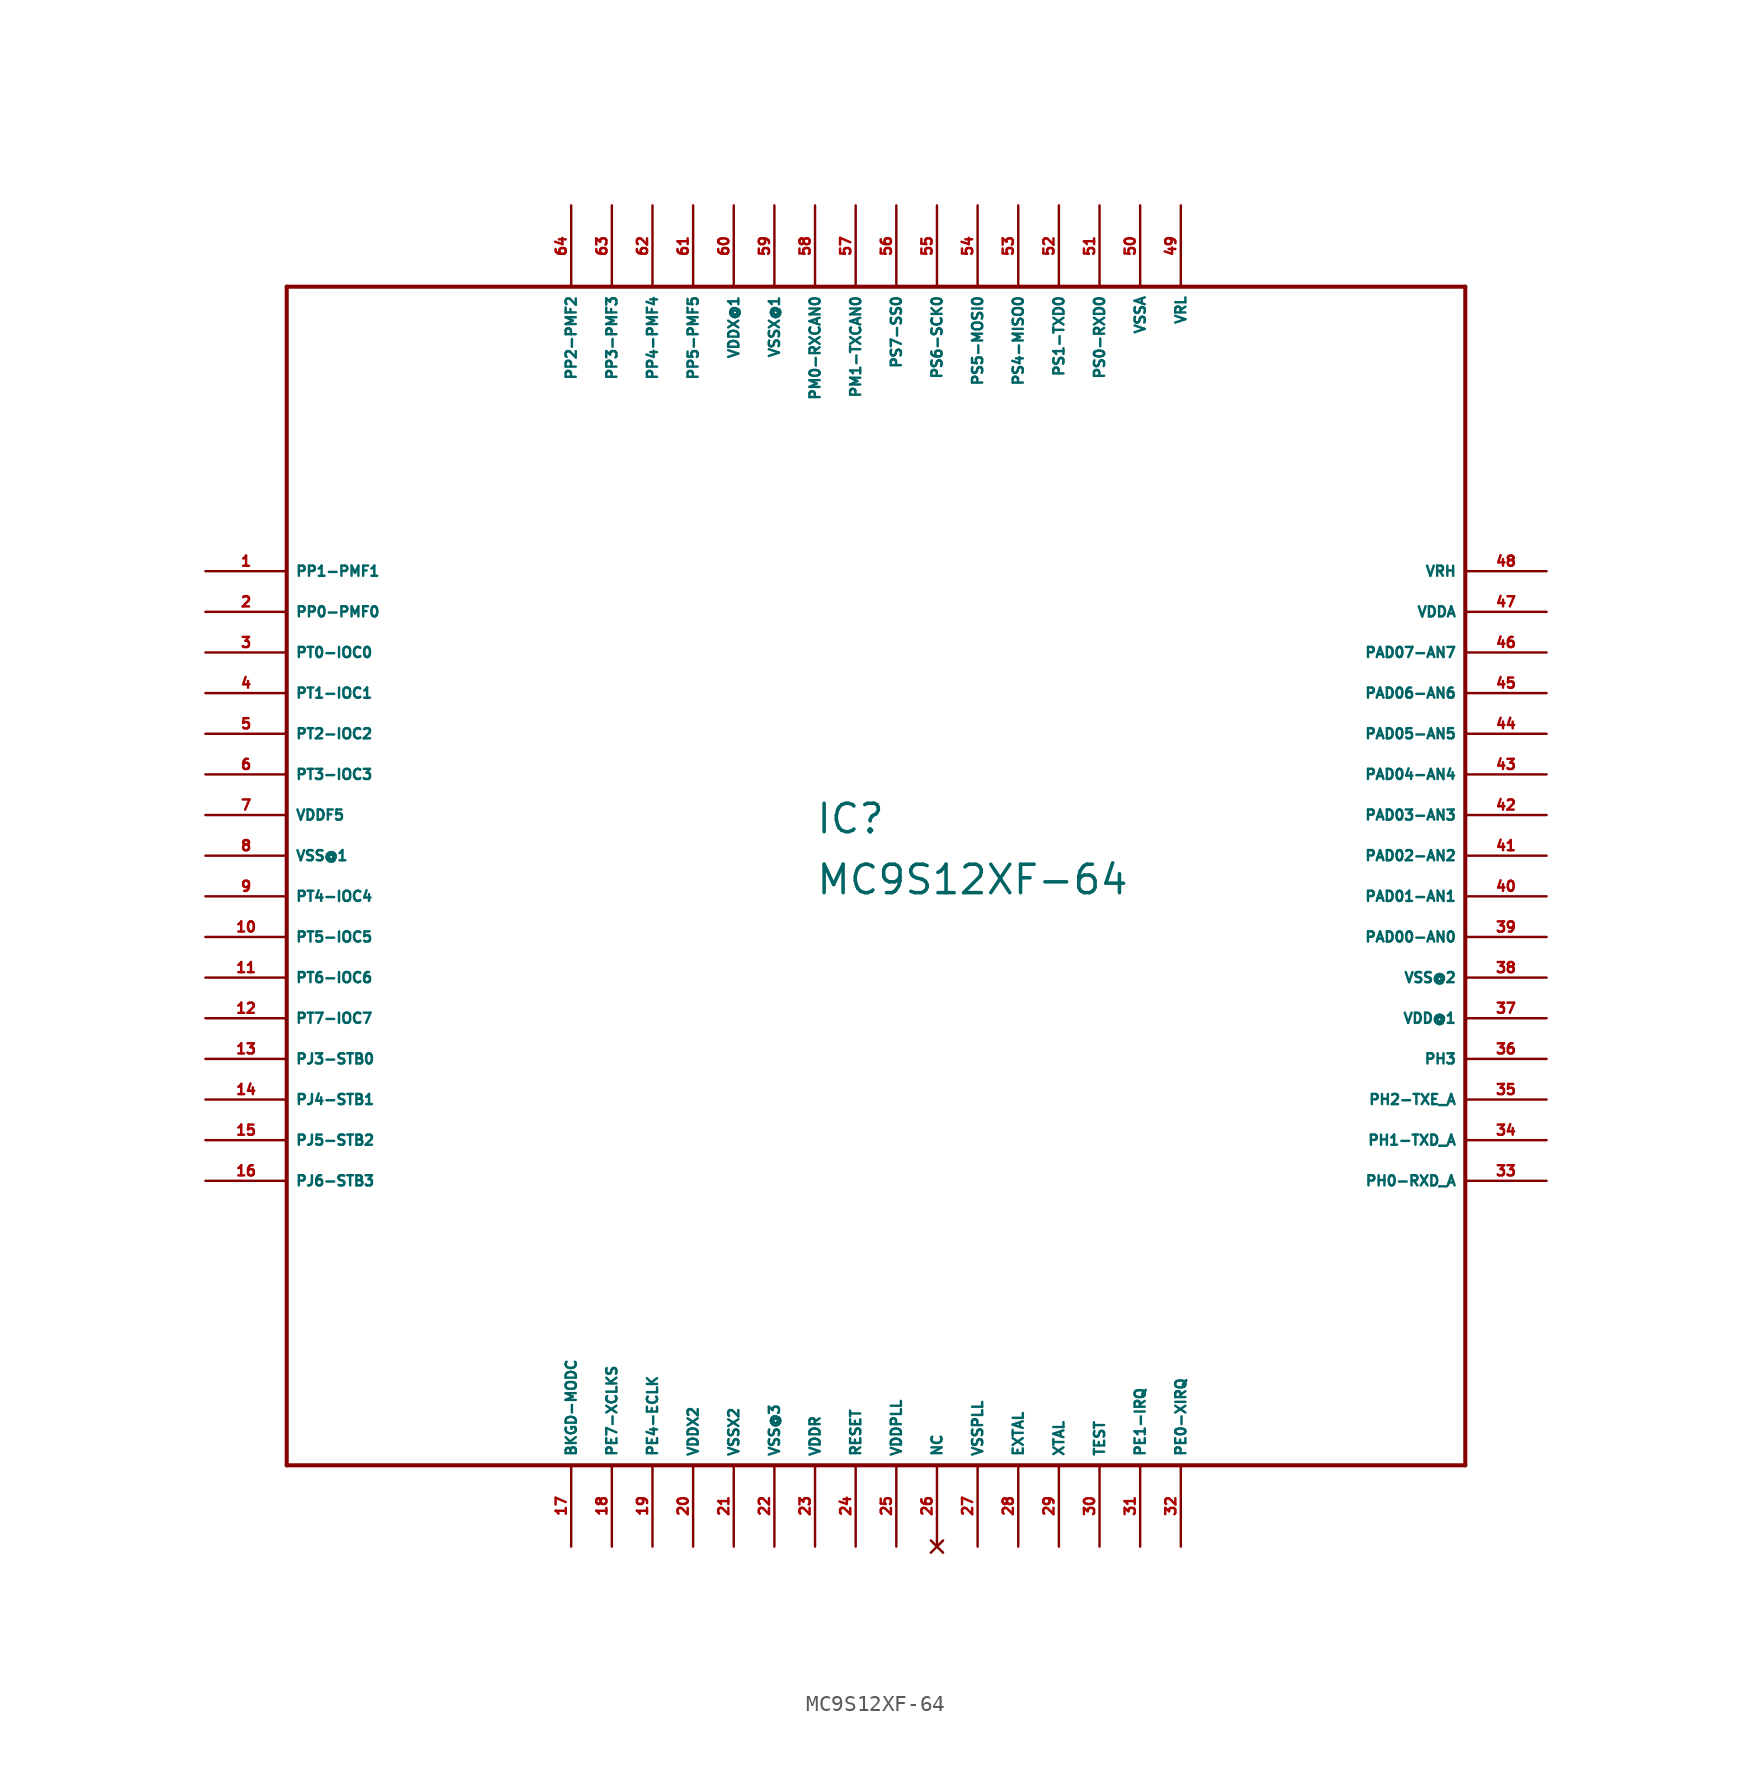
<source format=kicad_sym>
(kicad_symbol_lib
  (version 20220914)
  (generator Eagle2Kicad)
  (symbol "MC9S12XF-64"
    (property "Reference" "IC"
      (at -5.08 1.27 0)
      (effects (font (size 1.778 1.778) (thickness 0.22)) (justify left bottom)))
    (property "Value" "MC9S12XF-64"
      (at -5.08 -2.54 0)
      (effects (font (size 1.778 1.778) (thickness 0.22)) (justify left bottom)))
    (polyline
      (pts (xy -38.1 -38.1) (xy 35.56 -38.1))
      (stroke (width 0.254) (type default))
      (fill (type none)))
    (polyline
      (pts (xy 35.56 -38.1) (xy 35.56 35.56))
      (stroke (width 0.254) (type default))
      (fill (type none)))
    (polyline
      (pts (xy 35.56 35.56) (xy -38.1 35.56))
      (stroke (width 0.254) (type default))
      (fill (type none)))
    (polyline
      (pts (xy -38.1 35.56) (xy -38.1 -38.1))
      (stroke (width 0.254) (type default))
      (fill (type none)))
    (pin bidirectional line
      (at -43.18 17.78 0)
      (length 5.08)
      (name "PP1-PMF1" (effects (font (size 0.635 0.635) (thickness 0.08)) (justify left bottom)))
      (number "1" (effects (font (size 0.635 0.635) (thickness 0.08)) (justify left bottom))))
    (pin bidirectional line
      (at -43.18 15.24 0)
      (length 5.08)
      (name "PP0-PMF0" (effects (font (size 0.635 0.635) (thickness 0.08)) (justify left bottom)))
      (number "2" (effects (font (size 0.635 0.635) (thickness 0.08)) (justify left bottom))))
    (pin bidirectional line
      (at -43.18 12.7 0)
      (length 5.08)
      (name "PT0-IOC0" (effects (font (size 0.635 0.635) (thickness 0.08)) (justify left bottom)))
      (number "3" (effects (font (size 0.635 0.635) (thickness 0.08)) (justify left bottom))))
    (pin bidirectional line
      (at -43.18 10.16 0)
      (length 5.08)
      (name "PT1-IOC1" (effects (font (size 0.635 0.635) (thickness 0.08)) (justify left bottom)))
      (number "4" (effects (font (size 0.635 0.635) (thickness 0.08)) (justify left bottom))))
    (pin bidirectional line
      (at -43.18 7.62 0)
      (length 5.08)
      (name "PT2-IOC2" (effects (font (size 0.635 0.635) (thickness 0.08)) (justify left bottom)))
      (number "5" (effects (font (size 0.635 0.635) (thickness 0.08)) (justify left bottom))))
    (pin bidirectional line
      (at -43.18 5.08 0)
      (length 5.08)
      (name "PT3-IOC3" (effects (font (size 0.635 0.635) (thickness 0.08)) (justify left bottom)))
      (number "6" (effects (font (size 0.635 0.635) (thickness 0.08)) (justify left bottom))))
    (pin unspecified line
      (at -43.18 2.54 0)
      (length 5.08)
      (name "VDDF5" (effects (font (size 0.635 0.635) (thickness 0.08)) (justify left bottom)))
      (number "7" (effects (font (size 0.635 0.635) (thickness 0.08)) (justify left bottom))))
    (pin unspecified line
      (at -43.18 0 0)
      (length 5.08)
      (name "VSS@1" (effects (font (size 0.635 0.635) (thickness 0.08)) (justify left bottom)))
      (number "8" (effects (font (size 0.635 0.635) (thickness 0.08)) (justify left bottom))))
    (pin bidirectional line
      (at -43.18 -2.54 0)
      (length 5.08)
      (name "PT4-IOC4" (effects (font (size 0.635 0.635) (thickness 0.08)) (justify left bottom)))
      (number "9" (effects (font (size 0.635 0.635) (thickness 0.08)) (justify left bottom))))
    (pin bidirectional line
      (at -43.18 -5.08 0)
      (length 5.08)
      (name "PT5-IOC5" (effects (font (size 0.635 0.635) (thickness 0.08)) (justify left bottom)))
      (number "10" (effects (font (size 0.635 0.635) (thickness 0.08)) (justify left bottom))))
    (pin bidirectional line
      (at -43.18 -7.62 0)
      (length 5.08)
      (name "PT6-IOC6" (effects (font (size 0.635 0.635) (thickness 0.08)) (justify left bottom)))
      (number "11" (effects (font (size 0.635 0.635) (thickness 0.08)) (justify left bottom))))
    (pin bidirectional line
      (at -43.18 -10.16 0)
      (length 5.08)
      (name "PT7-IOC7" (effects (font (size 0.635 0.635) (thickness 0.08)) (justify left bottom)))
      (number "12" (effects (font (size 0.635 0.635) (thickness 0.08)) (justify left bottom))))
    (pin bidirectional line
      (at -43.18 -12.7 0)
      (length 5.08)
      (name "PJ3-STB0" (effects (font (size 0.635 0.635) (thickness 0.08)) (justify left bottom)))
      (number "13" (effects (font (size 0.635 0.635) (thickness 0.08)) (justify left bottom))))
    (pin bidirectional line
      (at -43.18 -15.24 0)
      (length 5.08)
      (name "PJ4-STB1" (effects (font (size 0.635 0.635) (thickness 0.08)) (justify left bottom)))
      (number "14" (effects (font (size 0.635 0.635) (thickness 0.08)) (justify left bottom))))
    (pin bidirectional line
      (at -43.18 -17.78 0)
      (length 5.08)
      (name "PJ5-STB2" (effects (font (size 0.635 0.635) (thickness 0.08)) (justify left bottom)))
      (number "15" (effects (font (size 0.635 0.635) (thickness 0.08)) (justify left bottom))))
    (pin bidirectional line
      (at -43.18 -20.32 0)
      (length 5.08)
      (name "PJ6-STB3" (effects (font (size 0.635 0.635) (thickness 0.08)) (justify left bottom)))
      (number "16" (effects (font (size 0.635 0.635) (thickness 0.08)) (justify left bottom))))
    (pin bidirectional line
      (at -20.32 -43.18 90)
      (length 5.08)
      (name "BKGD-MODC" (effects (font (size 0.635 0.635) (thickness 0.08)) (justify left bottom)))
      (number "17" (effects (font (size 0.635 0.635) (thickness 0.08)) (justify left bottom))))
    (pin bidirectional line
      (at -17.78 -43.18 90)
      (length 5.08)
      (name "PE7-XCLKS" (effects (font (size 0.635 0.635) (thickness 0.08)) (justify left bottom)))
      (number "18" (effects (font (size 0.635 0.635) (thickness 0.08)) (justify left bottom))))
    (pin bidirectional line
      (at -15.24 -43.18 90)
      (length 5.08)
      (name "PE4-ECLK" (effects (font (size 0.635 0.635) (thickness 0.08)) (justify left bottom)))
      (number "19" (effects (font (size 0.635 0.635) (thickness 0.08)) (justify left bottom))))
    (pin unspecified line
      (at -12.7 -43.18 90)
      (length 5.08)
      (name "VDDX2" (effects (font (size 0.635 0.635) (thickness 0.08)) (justify left bottom)))
      (number "20" (effects (font (size 0.635 0.635) (thickness 0.08)) (justify left bottom))))
    (pin unspecified line
      (at -10.16 -43.18 90)
      (length 5.08)
      (name "VSSX2" (effects (font (size 0.635 0.635) (thickness 0.08)) (justify left bottom)))
      (number "21" (effects (font (size 0.635 0.635) (thickness 0.08)) (justify left bottom))))
    (pin unspecified line
      (at -7.62 -43.18 90)
      (length 5.08)
      (name "VSS@3" (effects (font (size 0.635 0.635) (thickness 0.08)) (justify left bottom)))
      (number "22" (effects (font (size 0.635 0.635) (thickness 0.08)) (justify left bottom))))
    (pin unspecified line
      (at -5.08 -43.18 90)
      (length 5.08)
      (name "VDDR" (effects (font (size 0.635 0.635) (thickness 0.08)) (justify left bottom)))
      (number "23" (effects (font (size 0.635 0.635) (thickness 0.08)) (justify left bottom))))
    (pin bidirectional line
      (at -2.54 -43.18 90)
      (length 5.08)
      (name "RESET" (effects (font (size 0.635 0.635) (thickness 0.08)) (justify left bottom)))
      (number "24" (effects (font (size 0.635 0.635) (thickness 0.08)) (justify left bottom))))
    (pin unspecified line
      (at 0 -43.18 90)
      (length 5.08)
      (name "VDDPLL" (effects (font (size 0.635 0.635) (thickness 0.08)) (justify left bottom)))
      (number "25" (effects (font (size 0.635 0.635) (thickness 0.08)) (justify left bottom))))
    (pin no_connect line
      (at 2.54 -43.18 90)
      (length 5.08)
      (name "NC" (effects (font (size 0.635 0.635) (thickness 0.08)) (justify left bottom) hide))
      (number "26" (effects (font (size 0.635 0.635) (thickness 0.08)) (justify left bottom) hide)))
    (pin unspecified line
      (at 5.08 -43.18 90)
      (length 5.08)
      (name "VSSPLL" (effects (font (size 0.635 0.635) (thickness 0.08)) (justify left bottom)))
      (number "27" (effects (font (size 0.635 0.635) (thickness 0.08)) (justify left bottom))))
    (pin passive line
      (at 7.62 -43.18 90)
      (length 5.08)
      (name "EXTAL" (effects (font (size 0.635 0.635) (thickness 0.08)) (justify left bottom)))
      (number "28" (effects (font (size 0.635 0.635) (thickness 0.08)) (justify left bottom))))
    (pin passive line
      (at 10.16 -43.18 90)
      (length 5.08)
      (name "XTAL" (effects (font (size 0.635 0.635) (thickness 0.08)) (justify left bottom)))
      (number "29" (effects (font (size 0.635 0.635) (thickness 0.08)) (justify left bottom))))
    (pin input line
      (at 12.7 -43.18 90)
      (length 5.08)
      (name "TEST" (effects (font (size 0.635 0.635) (thickness 0.08)) (justify left bottom)))
      (number "30" (effects (font (size 0.635 0.635) (thickness 0.08)) (justify left bottom))))
    (pin input line
      (at 15.24 -43.18 90)
      (length 5.08)
      (name "PE1-IRQ" (effects (font (size 0.635 0.635) (thickness 0.08)) (justify left bottom)))
      (number "31" (effects (font (size 0.635 0.635) (thickness 0.08)) (justify left bottom))))
    (pin input line
      (at 17.78 -43.18 90)
      (length 5.08)
      (name "PE0-XIRQ" (effects (font (size 0.635 0.635) (thickness 0.08)) (justify left bottom)))
      (number "32" (effects (font (size 0.635 0.635) (thickness 0.08)) (justify left bottom))))
    (pin bidirectional line
      (at 40.64 -20.32 180)
      (length 5.08)
      (name "PH0-RXD_A" (effects (font (size 0.635 0.635) (thickness 0.08)) (justify left bottom)))
      (number "33" (effects (font (size 0.635 0.635) (thickness 0.08)) (justify left bottom))))
    (pin bidirectional line
      (at 40.64 -17.78 180)
      (length 5.08)
      (name "PH1-TXD_A" (effects (font (size 0.635 0.635) (thickness 0.08)) (justify left bottom)))
      (number "34" (effects (font (size 0.635 0.635) (thickness 0.08)) (justify left bottom))))
    (pin bidirectional line
      (at 40.64 -15.24 180)
      (length 5.08)
      (name "PH2-TXE_A" (effects (font (size 0.635 0.635) (thickness 0.08)) (justify left bottom)))
      (number "35" (effects (font (size 0.635 0.635) (thickness 0.08)) (justify left bottom))))
    (pin bidirectional line
      (at 40.64 -12.7 180)
      (length 5.08)
      (name "PH3" (effects (font (size 0.635 0.635) (thickness 0.08)) (justify left bottom)))
      (number "36" (effects (font (size 0.635 0.635) (thickness 0.08)) (justify left bottom))))
    (pin unspecified line
      (at 40.64 -10.16 180)
      (length 5.08)
      (name "VDD@1" (effects (font (size 0.635 0.635) (thickness 0.08)) (justify left bottom)))
      (number "37" (effects (font (size 0.635 0.635) (thickness 0.08)) (justify left bottom))))
    (pin unspecified line
      (at 40.64 -7.62 180)
      (length 5.08)
      (name "VSS@2" (effects (font (size 0.635 0.635) (thickness 0.08)) (justify left bottom)))
      (number "38" (effects (font (size 0.635 0.635) (thickness 0.08)) (justify left bottom))))
    (pin bidirectional line
      (at 40.64 -5.08 180)
      (length 5.08)
      (name "PAD00-AN0" (effects (font (size 0.635 0.635) (thickness 0.08)) (justify left bottom)))
      (number "39" (effects (font (size 0.635 0.635) (thickness 0.08)) (justify left bottom))))
    (pin bidirectional line
      (at 40.64 -2.54 180)
      (length 5.08)
      (name "PAD01-AN1" (effects (font (size 0.635 0.635) (thickness 0.08)) (justify left bottom)))
      (number "40" (effects (font (size 0.635 0.635) (thickness 0.08)) (justify left bottom))))
    (pin bidirectional line
      (at 40.64 0 180)
      (length 5.08)
      (name "PAD02-AN2" (effects (font (size 0.635 0.635) (thickness 0.08)) (justify left bottom)))
      (number "41" (effects (font (size 0.635 0.635) (thickness 0.08)) (justify left bottom))))
    (pin bidirectional line
      (at 40.64 2.54 180)
      (length 5.08)
      (name "PAD03-AN3" (effects (font (size 0.635 0.635) (thickness 0.08)) (justify left bottom)))
      (number "42" (effects (font (size 0.635 0.635) (thickness 0.08)) (justify left bottom))))
    (pin bidirectional line
      (at 40.64 5.08 180)
      (length 5.08)
      (name "PAD04-AN4" (effects (font (size 0.635 0.635) (thickness 0.08)) (justify left bottom)))
      (number "43" (effects (font (size 0.635 0.635) (thickness 0.08)) (justify left bottom))))
    (pin bidirectional line
      (at 40.64 7.62 180)
      (length 5.08)
      (name "PAD05-AN5" (effects (font (size 0.635 0.635) (thickness 0.08)) (justify left bottom)))
      (number "44" (effects (font (size 0.635 0.635) (thickness 0.08)) (justify left bottom))))
    (pin bidirectional line
      (at 40.64 10.16 180)
      (length 5.08)
      (name "PAD06-AN6" (effects (font (size 0.635 0.635) (thickness 0.08)) (justify left bottom)))
      (number "45" (effects (font (size 0.635 0.635) (thickness 0.08)) (justify left bottom))))
    (pin bidirectional line
      (at 40.64 12.7 180)
      (length 5.08)
      (name "PAD07-AN7" (effects (font (size 0.635 0.635) (thickness 0.08)) (justify left bottom)))
      (number "46" (effects (font (size 0.635 0.635) (thickness 0.08)) (justify left bottom))))
    (pin unspecified line
      (at 40.64 15.24 180)
      (length 5.08)
      (name "VDDA" (effects (font (size 0.635 0.635) (thickness 0.08)) (justify left bottom)))
      (number "47" (effects (font (size 0.635 0.635) (thickness 0.08)) (justify left bottom))))
    (pin unspecified line
      (at 40.64 17.78 180)
      (length 5.08)
      (name "VRH" (effects (font (size 0.635 0.635) (thickness 0.08)) (justify left bottom)))
      (number "48" (effects (font (size 0.635 0.635) (thickness 0.08)) (justify left bottom))))
    (pin unspecified line
      (at 17.78 40.64 270)
      (length 5.08)
      (name "VRL" (effects (font (size 0.635 0.635) (thickness 0.08)) (justify left bottom)))
      (number "49" (effects (font (size 0.635 0.635) (thickness 0.08)) (justify left bottom))))
    (pin unspecified line
      (at 15.24 40.64 270)
      (length 5.08)
      (name "VSSA" (effects (font (size 0.635 0.635) (thickness 0.08)) (justify left bottom)))
      (number "50" (effects (font (size 0.635 0.635) (thickness 0.08)) (justify left bottom))))
    (pin bidirectional line
      (at 12.7 40.64 270)
      (length 5.08)
      (name "PS0-RXD0" (effects (font (size 0.635 0.635) (thickness 0.08)) (justify left bottom)))
      (number "51" (effects (font (size 0.635 0.635) (thickness 0.08)) (justify left bottom))))
    (pin bidirectional line
      (at 10.16 40.64 270)
      (length 5.08)
      (name "PS1-TXD0" (effects (font (size 0.635 0.635) (thickness 0.08)) (justify left bottom)))
      (number "52" (effects (font (size 0.635 0.635) (thickness 0.08)) (justify left bottom))))
    (pin bidirectional line
      (at 7.62 40.64 270)
      (length 5.08)
      (name "PS4-MISO0" (effects (font (size 0.635 0.635) (thickness 0.08)) (justify left bottom)))
      (number "53" (effects (font (size 0.635 0.635) (thickness 0.08)) (justify left bottom))))
    (pin bidirectional line
      (at 5.08 40.64 270)
      (length 5.08)
      (name "PS5-MOSI0" (effects (font (size 0.635 0.635) (thickness 0.08)) (justify left bottom)))
      (number "54" (effects (font (size 0.635 0.635) (thickness 0.08)) (justify left bottom))))
    (pin bidirectional line
      (at 2.54 40.64 270)
      (length 5.08)
      (name "PS6-SCK0" (effects (font (size 0.635 0.635) (thickness 0.08)) (justify left bottom)))
      (number "55" (effects (font (size 0.635 0.635) (thickness 0.08)) (justify left bottom))))
    (pin bidirectional line
      (at 0 40.64 270)
      (length 5.08)
      (name "PS7-SS0" (effects (font (size 0.635 0.635) (thickness 0.08)) (justify left bottom)))
      (number "56" (effects (font (size 0.635 0.635) (thickness 0.08)) (justify left bottom))))
    (pin bidirectional line
      (at -2.54 40.64 270)
      (length 5.08)
      (name "PM1-TXCAN0" (effects (font (size 0.635 0.635) (thickness 0.08)) (justify left bottom)))
      (number "57" (effects (font (size 0.635 0.635) (thickness 0.08)) (justify left bottom))))
    (pin bidirectional line
      (at -5.08 40.64 270)
      (length 5.08)
      (name "PM0-RXCAN0" (effects (font (size 0.635 0.635) (thickness 0.08)) (justify left bottom)))
      (number "58" (effects (font (size 0.635 0.635) (thickness 0.08)) (justify left bottom))))
    (pin unspecified line
      (at -7.62 40.64 270)
      (length 5.08)
      (name "VSSX@1" (effects (font (size 0.635 0.635) (thickness 0.08)) (justify left bottom)))
      (number "59" (effects (font (size 0.635 0.635) (thickness 0.08)) (justify left bottom))))
    (pin unspecified line
      (at -10.16 40.64 270)
      (length 5.08)
      (name "VDDX@1" (effects (font (size 0.635 0.635) (thickness 0.08)) (justify left bottom)))
      (number "60" (effects (font (size 0.635 0.635) (thickness 0.08)) (justify left bottom))))
    (pin bidirectional line
      (at -12.7 40.64 270)
      (length 5.08)
      (name "PP5-PMF5" (effects (font (size 0.635 0.635) (thickness 0.08)) (justify left bottom)))
      (number "61" (effects (font (size 0.635 0.635) (thickness 0.08)) (justify left bottom))))
    (pin bidirectional line
      (at -15.24 40.64 270)
      (length 5.08)
      (name "PP4-PMF4" (effects (font (size 0.635 0.635) (thickness 0.08)) (justify left bottom)))
      (number "62" (effects (font (size 0.635 0.635) (thickness 0.08)) (justify left bottom))))
    (pin bidirectional line
      (at -17.78 40.64 270)
      (length 5.08)
      (name "PP3-PMF3" (effects (font (size 0.635 0.635) (thickness 0.08)) (justify left bottom)))
      (number "63" (effects (font (size 0.635 0.635) (thickness 0.08)) (justify left bottom))))
    (pin bidirectional line
      (at -20.32 40.64 270)
      (length 5.08)
      (name "PP2-PMF2" (effects (font (size 0.635 0.635) (thickness 0.08)) (justify left bottom)))
      (number "64" (effects (font (size 0.635 0.635) (thickness 0.08)) (justify left bottom))))))
</source>
